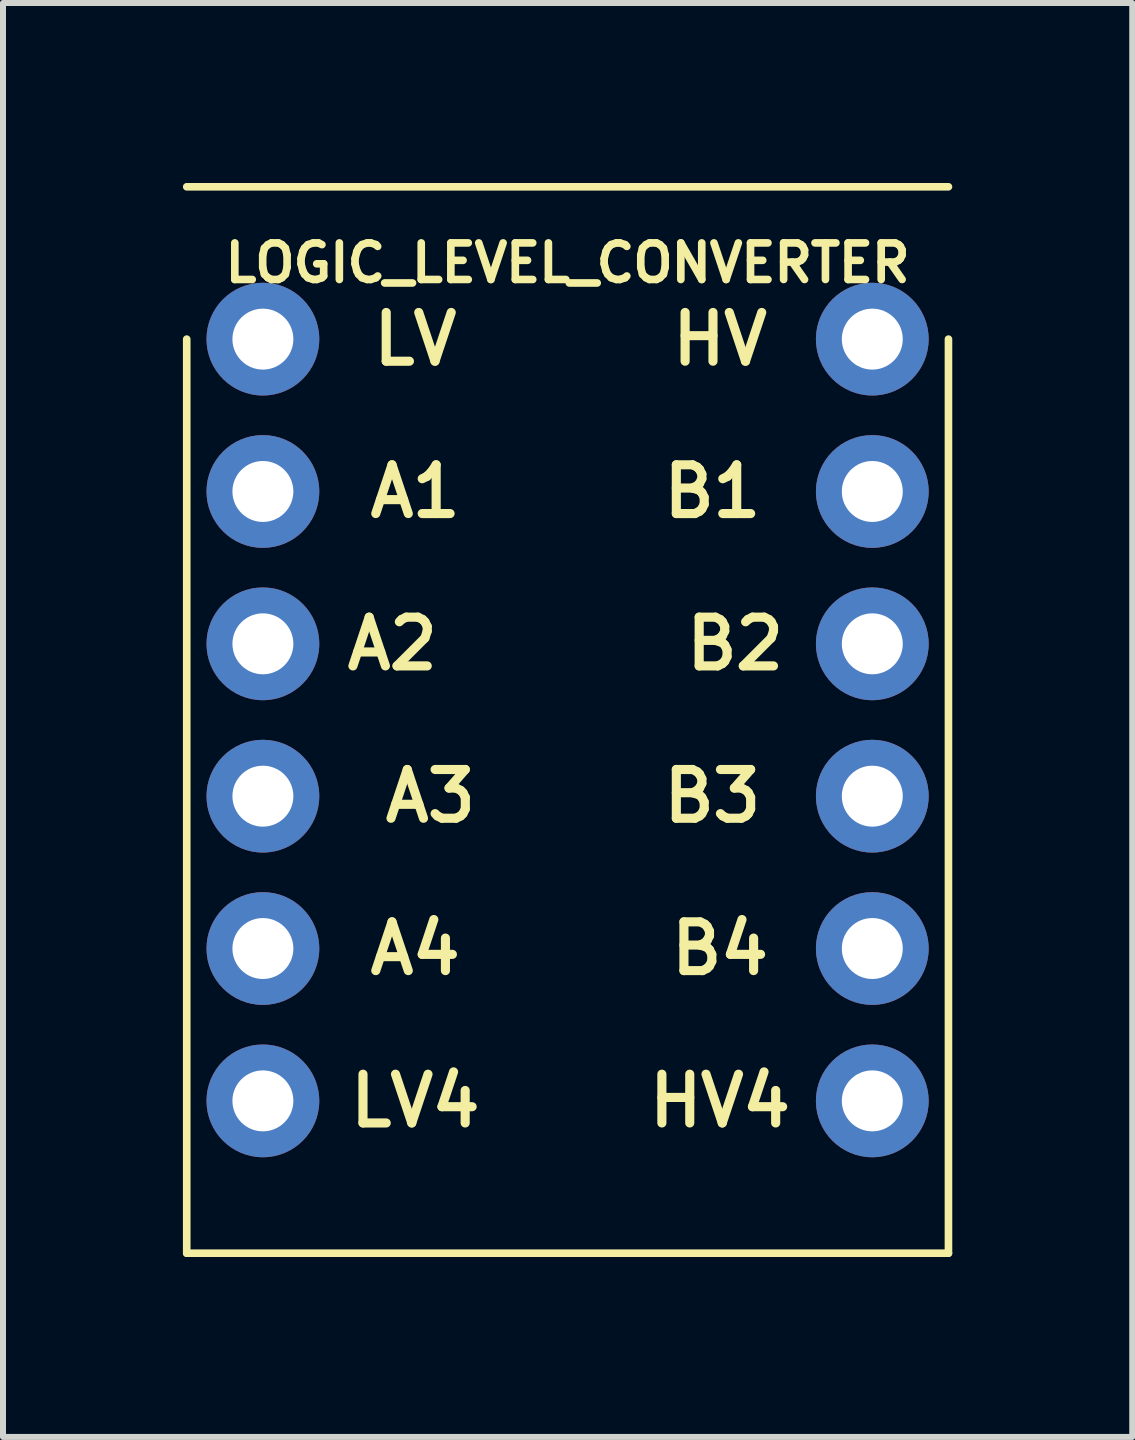
<source format=kicad_pcb>
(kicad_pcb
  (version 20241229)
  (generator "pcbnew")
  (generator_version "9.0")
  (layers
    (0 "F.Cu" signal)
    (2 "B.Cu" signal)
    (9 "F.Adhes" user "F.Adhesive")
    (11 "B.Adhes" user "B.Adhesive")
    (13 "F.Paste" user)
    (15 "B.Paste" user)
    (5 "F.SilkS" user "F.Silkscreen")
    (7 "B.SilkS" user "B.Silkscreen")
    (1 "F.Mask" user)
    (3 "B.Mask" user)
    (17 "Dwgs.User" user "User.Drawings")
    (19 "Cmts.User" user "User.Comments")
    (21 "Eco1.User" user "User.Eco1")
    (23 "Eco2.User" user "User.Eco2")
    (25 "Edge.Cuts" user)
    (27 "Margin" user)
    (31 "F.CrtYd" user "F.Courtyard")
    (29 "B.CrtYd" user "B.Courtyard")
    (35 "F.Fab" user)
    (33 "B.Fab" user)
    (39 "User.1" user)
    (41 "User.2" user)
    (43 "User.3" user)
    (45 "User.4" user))
  (footprint "LOGIC_LEVEL_CONVERTER"
    (layer "F.Cu")
    (at 6.413 8.954)
    (property "Reference" "LOGIC_LEVEL_CONVERTER" (at 0 -7.62 0) (layer "F.SilkS") (effects (font (size 0.61 0.61) (thickness 0.127))))
    (attr exclude_from_pos_files exclude_from_bom)
    (fp_line (start -6.35 -8.89) (end 6.35 -8.89) (stroke (width 0.127) (type solid)) (layer "F.SilkS"))
    (fp_line (start -6.35 8.89) (end -6.35 -6.35) (stroke (width 0.127) (type solid)) (layer "F.SilkS"))
    (fp_line (start 6.35 -6.35) (end 6.35 8.89) (stroke (width 0.127) (type solid)) (layer "F.SilkS"))
    (fp_line (start 6.35 8.89) (end -6.35 8.89) (stroke (width 0.127) (type solid)) (layer "F.SilkS"))
    (fp_text user "B3" (at 2.413 1.27 0) (layer "F.SilkS") (effects (font (size 0.813 0.813) (thickness 0.152))))
    (fp_text user "B1" (at 2.413 -3.81 0) (layer "F.SilkS") (effects (font (size 0.813 0.813) (thickness 0.152))))
    (fp_text user "B2" (at 2.794 -1.27 0) (layer "F.SilkS") (effects (font (size 0.813 0.813) (thickness 0.152))))
    (fp_text user "LV4" (at -2.54 6.35 0) (layer "F.SilkS") (effects (font (size 0.813 0.813) (thickness 0.152))))
    (fp_text user "HV4" (at 2.54 6.35 0) (layer "F.SilkS") (effects (font (size 0.813 0.813) (thickness 0.152))))
    (fp_text user "HV" (at 2.54 -6.35 0) (layer "F.SilkS") (effects (font (size 0.813 0.813) (thickness 0.152))))
    (fp_text user "A1" (at -2.54 -3.81 0) (layer "F.SilkS") (effects (font (size 0.813 0.813) (thickness 0.152))))
    (fp_text user "A3" (at -2.286 1.27 0) (layer "F.SilkS") (effects (font (size 0.813 0.813) (thickness 0.152))))
    (fp_text user "LV" (at -2.54 -6.35 0) (layer "F.SilkS") (effects (font (size 0.813 0.813) (thickness 0.152))))
    (fp_text user "B4" (at 2.54 3.81 0) (layer "F.SilkS") (effects (font (size 0.813 0.813) (thickness 0.152))))
    (fp_text user "A4" (at -2.54 3.81 0) (layer "F.SilkS") (effects (font (size 0.813 0.813) (thickness 0.152))))
    (fp_text user "A2" (at -2.921 -1.27 0) (layer "F.SilkS") (effects (font (size 0.813 0.813) (thickness 0.152))))
    (pad "1" thru_hole circle (at -5.08 -6.35) (size 1.88 1.88) (drill 1.016) (layers "*.Cu" "*.Mask"))
    (pad "2" thru_hole circle (at -5.08 -3.81) (size 1.88 1.88) (drill 1.016) (layers "*.Cu" "*.Mask"))
    (pad "3" thru_hole circle (at -5.08 -1.27) (size 1.88 1.88) (drill 1.016) (layers "*.Cu" "*.Mask"))
    (pad "4" thru_hole circle (at -5.08 1.27) (size 1.88 1.88) (drill 1.016) (layers "*.Cu" "*.Mask"))
    (pad "5" thru_hole circle (at -5.08 3.81) (size 1.88 1.88) (drill 1.016) (layers "*.Cu" "*.Mask"))
    (pad "6" thru_hole circle (at -5.08 6.35) (size 1.88 1.88) (drill 1.016) (layers "*.Cu" "*.Mask"))
    (pad "7" thru_hole circle (at 5.08 6.35) (size 1.88 1.88) (drill 1.016) (layers "*.Cu" "*.Mask"))
    (pad "8" thru_hole circle (at 5.08 3.81) (size 1.88 1.88) (drill 1.016) (layers "*.Cu" "*.Mask"))
    (pad "9" thru_hole circle (at 5.08 1.27) (size 1.88 1.88) (drill 1.016) (layers "*.Cu" "*.Mask"))
    (pad "10" thru_hole circle (at 5.08 -1.27) (size 1.88 1.88) (drill 1.016) (layers "*.Cu" "*.Mask"))
    (pad "11" thru_hole circle (at 5.08 -3.81) (size 1.88 1.88) (drill 1.016) (layers "*.Cu" "*.Mask"))
    (pad "12" thru_hole circle (at 5.08 -6.35) (size 1.88 1.88) (drill 1.016) (layers "*.Cu" "*.Mask")))
  (gr_rect
    (start -3 -3)
    (end 15.827 20.907)
    (stroke (width 0.1) (type default))
    (fill no)
    (layer "Edge.Cuts")))
</source>
